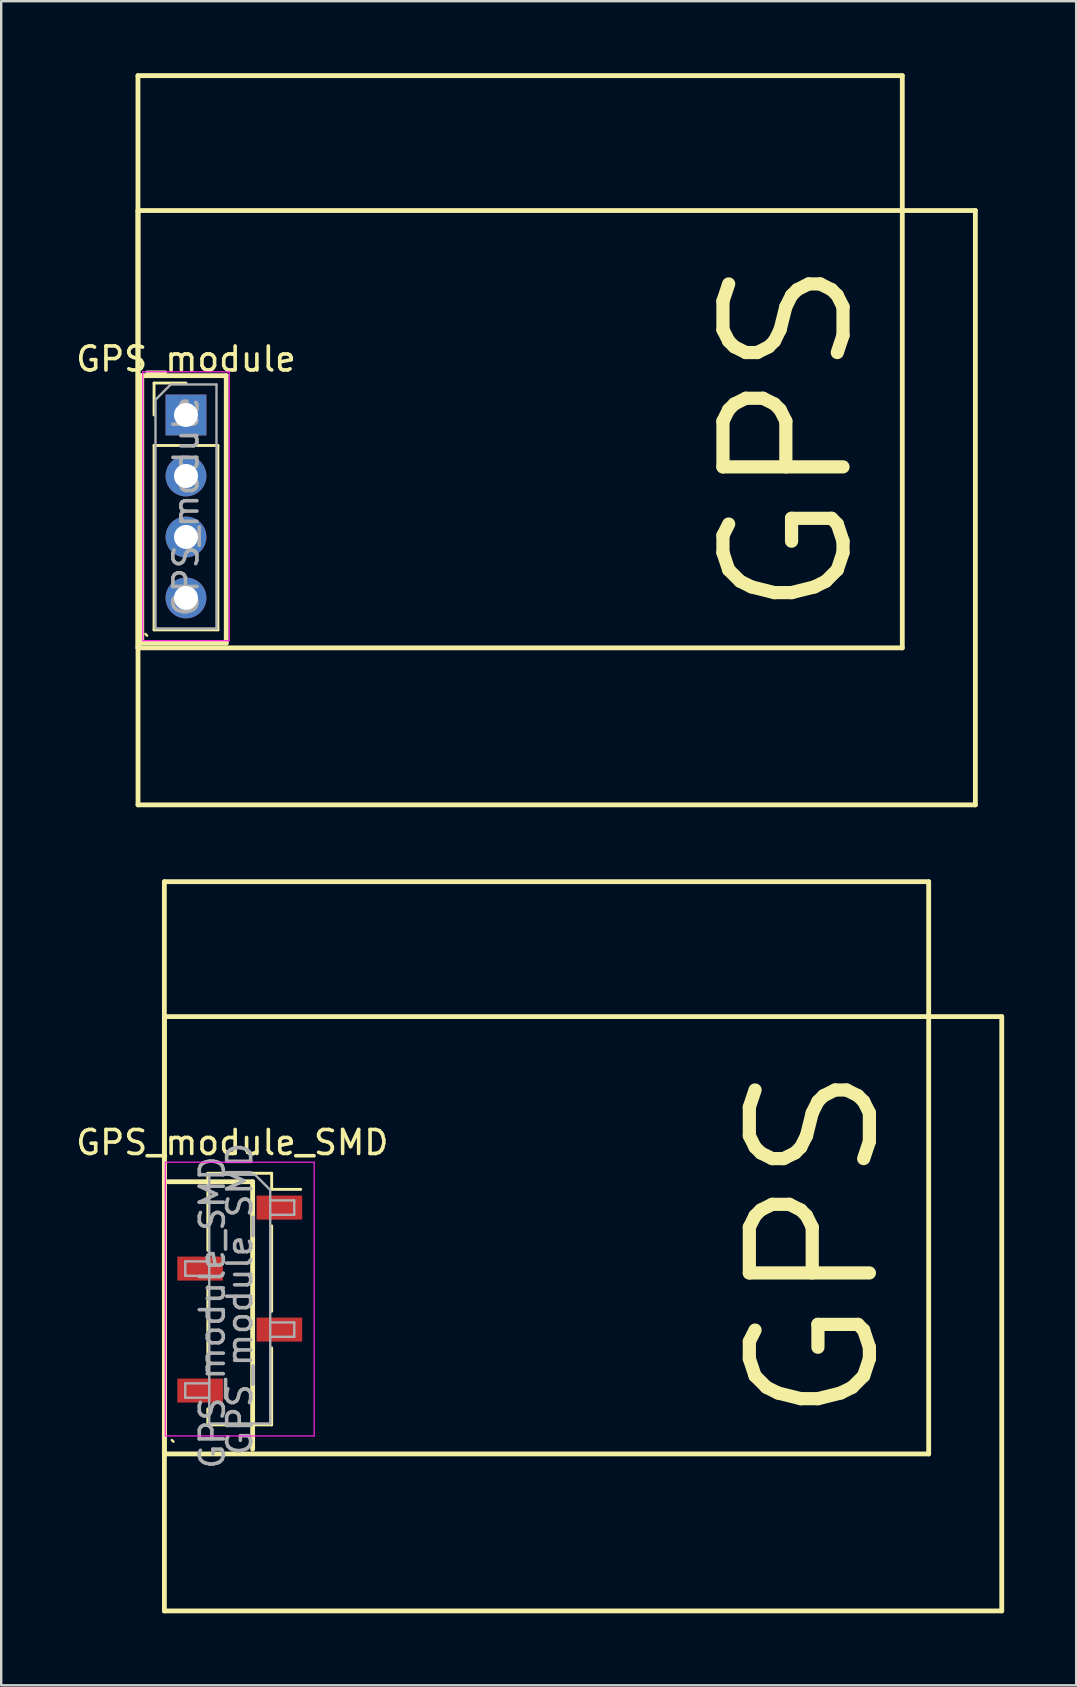
<source format=kicad_pcb>
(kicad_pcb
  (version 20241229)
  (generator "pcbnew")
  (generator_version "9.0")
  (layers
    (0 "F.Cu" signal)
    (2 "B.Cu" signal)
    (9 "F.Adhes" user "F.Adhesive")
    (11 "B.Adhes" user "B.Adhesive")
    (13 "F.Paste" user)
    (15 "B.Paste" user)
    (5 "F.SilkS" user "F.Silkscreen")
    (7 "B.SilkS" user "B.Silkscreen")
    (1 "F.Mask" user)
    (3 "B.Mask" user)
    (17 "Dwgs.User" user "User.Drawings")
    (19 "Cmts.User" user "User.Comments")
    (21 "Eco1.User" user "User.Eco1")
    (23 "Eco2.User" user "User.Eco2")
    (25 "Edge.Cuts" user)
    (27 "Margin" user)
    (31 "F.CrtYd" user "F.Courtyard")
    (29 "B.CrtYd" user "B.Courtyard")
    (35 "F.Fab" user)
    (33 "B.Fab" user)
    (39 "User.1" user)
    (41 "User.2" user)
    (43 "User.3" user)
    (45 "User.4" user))
  (footprint "GPS_module"
    (layer "F.Cu")
    (at 5.836 17.484)
    (property "Reference" "GPS_module" (at -1.14 -5.58 0) (layer "F.SilkS") (effects (font (size 1 1) (thickness 0.15))))
    (attr through_hole)
    (fp_line (start -3.14 -17.384) (end 28.694 -17.384) (stroke (width 0.2) (type solid)) (layer "F.SilkS"))
    (fp_line (start -3.14 6.45) (end -3.14 -17.384) (stroke (width 0.2) (type solid)) (layer "F.SilkS"))
    (fp_line (start -3.138 -11.766) (end 31.737 -11.766) (stroke (width 0.2) (type solid)) (layer "F.SilkS"))
    (fp_line (start -3.138 12.988) (end -3.138 -11.766) (stroke (width 0.2) (type solid)) (layer "F.SilkS"))
    (fp_line (start -2.981 -4.887) (end 0.537 -4.887) (stroke (width 0.2) (type solid)) (layer "F.SilkS"))
    (fp_line (start -2.981 6.251) (end -2.981 -4.887) (stroke (width 0.2) (type solid)) (layer "F.SilkS"))
    (fp_line (start -2.76 5.94) (end -2.83 5.87) (stroke (width 0.1) (type solid)) (layer "F.SilkS"))
    (fp_line (start -2.47 -4.58) (end -1.14 -4.58) (stroke (width 0.12) (type solid)) (layer "F.SilkS"))
    (fp_line (start -2.47 -3.25) (end -2.47 -4.58) (stroke (width 0.12) (type solid)) (layer "F.SilkS"))
    (fp_line (start -2.47 -1.98) (end -2.47 5.7) (stroke (width 0.12) (type solid)) (layer "F.SilkS"))
    (fp_line (start -2.47 -1.98) (end 0.19 -1.98) (stroke (width 0.12) (type solid)) (layer "F.SilkS"))
    (fp_line (start -2.47 5.7) (end 0.19 5.7) (stroke (width 0.12) (type solid)) (layer "F.SilkS"))
    (fp_line (start 0.19 -1.98) (end 0.19 5.7) (stroke (width 0.12) (type solid)) (layer "F.SilkS"))
    (fp_line (start 0.537 -4.887) (end 0.537 6.251) (stroke (width 0.2) (type solid)) (layer "F.SilkS"))
    (fp_line (start 0.537 6.251) (end -2.981 6.251) (stroke (width 0.2) (type solid)) (layer "F.SilkS"))
    (fp_line (start 28.694 -17.384) (end 28.694 6.45) (stroke (width 0.2) (type solid)) (layer "F.SilkS"))
    (fp_line (start 28.694 6.45) (end -3.14 6.45) (stroke (width 0.2) (type solid)) (layer "F.SilkS"))
    (fp_line (start 31.737 -11.766) (end 31.737 12.988) (stroke (width 0.2) (type solid)) (layer "F.SilkS"))
    (fp_line (start 31.737 12.988) (end -3.138 12.988) (stroke (width 0.2) (type solid)) (layer "F.SilkS"))
    (fp_line (start -2.94 -5.05) (end -2.94 6.15) (stroke (width 0.05) (type solid)) (layer "F.CrtYd"))
    (fp_line (start -2.94 6.15) (end 0.66 6.15) (stroke (width 0.05) (type solid)) (layer "F.CrtYd"))
    (fp_line (start 0.66 -5.05) (end -2.94 -5.05) (stroke (width 0.05) (type solid)) (layer "F.CrtYd"))
    (fp_line (start 0.66 6.15) (end 0.66 -5.05) (stroke (width 0.05) (type solid)) (layer "F.CrtYd"))
    (fp_line (start -2.41 -3.885) (end -1.775 -4.52) (stroke (width 0.1) (type solid)) (layer "F.Fab"))
    (fp_line (start -2.41 5.64) (end -2.41 -3.885) (stroke (width 0.1) (type solid)) (layer "F.Fab"))
    (fp_line (start -1.775 -4.52) (end 0.13 -4.52) (stroke (width 0.1) (type solid)) (layer "F.Fab"))
    (fp_line (start 0.13 -4.52) (end 0.13 5.64) (stroke (width 0.1) (type solid)) (layer "F.Fab"))
    (fp_line (start 0.13 5.64) (end -2.41 5.64) (stroke (width 0.1) (type solid)) (layer "F.Fab"))
    (fp_text user "GPS" (at 23.94 -2.28 90) (layer "F.SilkS") (effects (font (size 5 5) (thickness 0.55))))
    (fp_text user "${REFERENCE}" (at -1.14 0.56 90) (layer "F.Fab") (effects (font (size 1 1) (thickness 0.15))))
    (pad "1" thru_hole rect (at -1.14 -3.25) (size 1.7 1.7) (drill 1) (layers "*.Cu" "*.Mask"))
    (pad "2" thru_hole oval (at -1.14 -0.71) (size 1.7 1.7) (drill 1) (layers "*.Cu" "*.Mask"))
    (pad "3" thru_hole oval (at -1.14 1.83) (size 1.7 1.7) (drill 1) (layers "*.Cu" "*.Mask"))
    (pad "4" thru_hole oval (at -1.14 4.37) (size 1.7 1.7) (drill 1) (layers "*.Cu" "*.Mask")))
  (footprint "GPS_module_SMD"
    (layer "F.Cu")
    (at 6.935 51.056)
    (property "Reference" "GPS_module_SMD" (at -0.31 -6.52 0) (layer "F.SilkS") (effects (font (size 1 1) (thickness 0.15))))
    (attr smd)
    (fp_line (start -3.14 -17.384) (end 28.694 -17.384) (stroke (width 0.2) (type solid)) (layer "F.SilkS"))
    (fp_line (start -3.14 6.45) (end -3.14 -17.384) (stroke (width 0.2) (type solid)) (layer "F.SilkS"))
    (fp_line (start -3.138 -11.766) (end 31.737 -11.766) (stroke (width 0.2) (type solid)) (layer "F.SilkS"))
    (fp_line (start -3.138 12.988) (end -3.138 -11.766) (stroke (width 0.2) (type solid)) (layer "F.SilkS"))
    (fp_line (start -2.981 -4.887) (end 0.537 -4.887) (stroke (width 0.2) (type solid)) (layer "F.SilkS"))
    (fp_line (start -2.76 5.94) (end -2.83 5.87) (stroke (width 0.1) (type solid)) (layer "F.SilkS"))
    (fp_line (start -1.33 -5.24) (end -1.33 -2.03) (stroke (width 0.12) (type solid)) (layer "F.SilkS"))
    (fp_line (start -1.33 -5.24) (end 1.33 -5.24) (stroke (width 0.12) (type solid)) (layer "F.SilkS"))
    (fp_line (start -1.33 -0.51) (end -1.33 3.05) (stroke (width 0.12) (type solid)) (layer "F.SilkS"))
    (fp_line (start -1.33 4.57) (end -1.33 5.24) (stroke (width 0.12) (type solid)) (layer "F.SilkS"))
    (fp_line (start -1.33 5.24) (end 1.33 5.24) (stroke (width 0.12) (type solid)) (layer "F.SilkS"))
    (fp_line (start 0.537 -4.887) (end 0.537 6.251) (stroke (width 0.2) (type solid)) (layer "F.SilkS"))
    (fp_line (start 1.33 -5.24) (end 1.33 -4.57) (stroke (width 0.12) (type solid)) (layer "F.SilkS"))
    (fp_line (start 1.33 -4.57) (end 2.54 -4.57) (stroke (width 0.12) (type solid)) (layer "F.SilkS"))
    (fp_line (start 1.33 -3.05) (end 1.33 0.51) (stroke (width 0.12) (type solid)) (layer "F.SilkS"))
    (fp_line (start 1.33 2.03) (end 1.33 5.24) (stroke (width 0.12) (type solid)) (layer "F.SilkS"))
    (fp_line (start 28.694 -17.384) (end 28.694 6.45) (stroke (width 0.2) (type solid)) (layer "F.SilkS"))
    (fp_line (start 28.694 6.45) (end -3.14 6.45) (stroke (width 0.2) (type solid)) (layer "F.SilkS"))
    (fp_line (start 31.737 -11.766) (end 31.737 12.988) (stroke (width 0.2) (type solid)) (layer "F.SilkS"))
    (fp_line (start 31.737 12.988) (end -3.138 12.988) (stroke (width 0.2) (type solid)) (layer "F.SilkS"))
    (fp_line (start -3.1 -5.7) (end 3.1 -5.7) (stroke (width 0.05) (type solid)) (layer "F.CrtYd"))
    (fp_line (start -3.1 5.7) (end -3.1 -5.7) (stroke (width 0.05) (type solid)) (layer "F.CrtYd"))
    (fp_line (start 3.1 -5.7) (end 3.1 5.7) (stroke (width 0.05) (type solid)) (layer "F.CrtYd"))
    (fp_line (start 3.1 5.7) (end -3.1 5.7) (stroke (width 0.05) (type solid)) (layer "F.CrtYd"))
    (fp_line (start -2.27 -1.57) (end -1.27 -1.57) (stroke (width 0.1) (type solid)) (layer "F.Fab"))
    (fp_line (start -2.27 -0.97) (end -2.27 -1.57) (stroke (width 0.1) (type solid)) (layer "F.Fab"))
    (fp_line (start -2.27 3.51) (end -1.27 3.51) (stroke (width 0.1) (type solid)) (layer "F.Fab"))
    (fp_line (start -2.27 4.11) (end -2.27 3.51) (stroke (width 0.1) (type solid)) (layer "F.Fab"))
    (fp_line (start -1.27 -5.18) (end 0.635 -5.18) (stroke (width 0.1) (type solid)) (layer "F.Fab"))
    (fp_line (start -1.27 -0.97) (end -2.27 -0.97) (stroke (width 0.1) (type solid)) (layer "F.Fab"))
    (fp_line (start -1.27 4.11) (end -2.27 4.11) (stroke (width 0.1) (type solid)) (layer "F.Fab"))
    (fp_line (start -1.27 5.18) (end -1.27 -5.18) (stroke (width 0.1) (type solid)) (layer "F.Fab"))
    (fp_line (start 0.635 -5.18) (end 1.27 -4.545) (stroke (width 0.1) (type solid)) (layer "F.Fab"))
    (fp_line (start 1.27 -4.545) (end 1.27 5.18) (stroke (width 0.1) (type solid)) (layer "F.Fab"))
    (fp_line (start 1.27 -4.11) (end 2.27 -4.11) (stroke (width 0.1) (type solid)) (layer "F.Fab"))
    (fp_line (start 1.27 0.97) (end 2.27 0.97) (stroke (width 0.1) (type solid)) (layer "F.Fab"))
    (fp_line (start 1.27 5.18) (end -1.27 5.18) (stroke (width 0.1) (type solid)) (layer "F.Fab"))
    (fp_line (start 2.27 -4.11) (end 2.27 -3.51) (stroke (width 0.1) (type solid)) (layer "F.Fab"))
    (fp_line (start 2.27 -3.51) (end 1.27 -3.51) (stroke (width 0.1) (type solid)) (layer "F.Fab"))
    (fp_line (start 2.27 0.97) (end 2.27 1.57) (stroke (width 0.1) (type solid)) (layer "F.Fab"))
    (fp_line (start 2.27 1.57) (end 1.27 1.57) (stroke (width 0.1) (type solid)) (layer "F.Fab"))
    (fp_text user "GPS" (at 23.94 -2.28 90) (layer "F.SilkS") (effects (font (size 5 5) (thickness 0.55))))
    (fp_text user "${REFERENCE}" (at -1.14 0.56 90) (layer "F.Fab") (effects (font (size 1 1) (thickness 0.15))))
    (fp_text user "${REFERENCE}" (at 0 0 90) (layer "F.Fab") (effects (font (size 1 1) (thickness 0.15))))
    (pad "1" smd rect (at 1.65 -3.81) (size 1.9 1) (layers "F.Cu" "F.Mask" "F.Paste"))
    (pad "2" smd rect (at -1.65 -1.27) (size 1.9 1) (layers "F.Cu" "F.Mask" "F.Paste"))
    (pad "3" smd rect (at 1.65 1.27) (size 1.9 1) (layers "F.Cu" "F.Mask" "F.Paste"))
    (pad "4" smd rect (at -1.65 3.81) (size 1.9 1) (layers "F.Cu" "F.Mask" "F.Paste")))
  (gr_rect
    (start -3 -3)
    (end 41.772 67.144)
    (stroke (width 0.1) (type default))
    (fill no)
    (layer "Edge.Cuts")))
</source>
